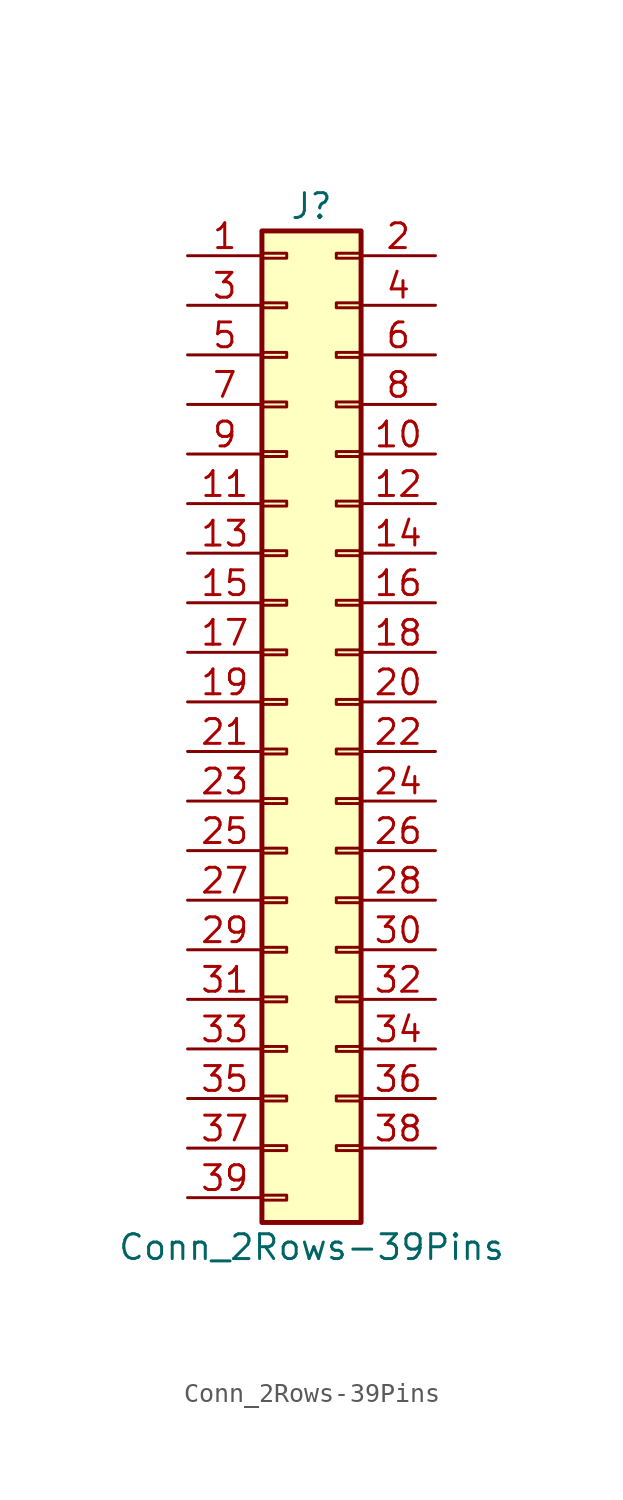
<source format=kicad_sym>
(kicad_symbol_lib
  (version 20220914)
  (generator kicad_symbol_editor)
  (symbol "Conn_2Rows-39Pins"
    (pin_names
      (offset 1.016) hide)
    (property "Reference" "J"
      (at 1.27 25.4 0)
      (effects (font (size 1.27 1.27))))
    (property "Value" "Conn_2Rows-39Pins"
      (at 1.27 -27.94 0)
      (effects (font (size 1.27 1.27))))
    (symbol "Conn_2Rows-39Pins_1_1"
      (rectangle (start -1.27 -25.273) (end 0 -25.527) (stroke (width 0.152) (type solid)) (fill (type none)))
      (rectangle (start -1.27 -22.733) (end 0 -22.987) (stroke (width 0.152) (type solid)) (fill (type none)))
      (rectangle (start -1.27 -20.193) (end 0 -20.447) (stroke (width 0.152) (type solid)) (fill (type none)))
      (rectangle (start -1.27 -17.653) (end 0 -17.907) (stroke (width 0.152) (type solid)) (fill (type none)))
      (rectangle (start -1.27 -15.113) (end 0 -15.367) (stroke (width 0.152) (type solid)) (fill (type none)))
      (rectangle (start -1.27 -12.573) (end 0 -12.827) (stroke (width 0.152) (type solid)) (fill (type none)))
      (rectangle (start -1.27 -10.033) (end 0 -10.287) (stroke (width 0.152) (type solid)) (fill (type none)))
      (rectangle (start -1.27 -7.493) (end 0 -7.747) (stroke (width 0.152) (type solid)) (fill (type none)))
      (rectangle (start -1.27 -4.953) (end 0 -5.207) (stroke (width 0.152) (type solid)) (fill (type none)))
      (rectangle (start -1.27 -2.413) (end 0 -2.667) (stroke (width 0.152) (type solid)) (fill (type none)))
      (rectangle (start -1.27 0.127) (end 0 -0.127) (stroke (width 0.152) (type solid)) (fill (type none)))
      (rectangle (start -1.27 2.667) (end 0 2.413) (stroke (width 0.152) (type solid)) (fill (type none)))
      (rectangle (start -1.27 5.207) (end 0 4.953) (stroke (width 0.152) (type solid)) (fill (type none)))
      (rectangle (start -1.27 7.747) (end 0 7.493) (stroke (width 0.152) (type solid)) (fill (type none)))
      (rectangle (start -1.27 10.287) (end 0 10.033) (stroke (width 0.152) (type solid)) (fill (type none)))
      (rectangle (start -1.27 12.827) (end 0 12.573) (stroke (width 0.152) (type solid)) (fill (type none)))
      (rectangle (start -1.27 15.367) (end 0 15.113) (stroke (width 0.152) (type solid)) (fill (type none)))
      (rectangle (start -1.27 17.907) (end 0 17.653) (stroke (width 0.152) (type solid)) (fill (type none)))
      (rectangle (start -1.27 20.447) (end 0 20.193) (stroke (width 0.152) (type solid)) (fill (type none)))
      (rectangle (start -1.27 22.987) (end 0 22.733) (stroke (width 0.152) (type solid)) (fill (type none)))
      (rectangle (start -1.27 24.13) (end 3.81 -26.67) (stroke (width 0.254) (type solid)) (fill (type background)))
      (rectangle (start 3.81 -22.733) (end 2.54 -22.987) (stroke (width 0.152) (type solid)) (fill (type none)))
      (rectangle (start 3.81 -20.193) (end 2.54 -20.447) (stroke (width 0.152) (type solid)) (fill (type none)))
      (rectangle (start 3.81 -17.653) (end 2.54 -17.907) (stroke (width 0.152) (type solid)) (fill (type none)))
      (rectangle (start 3.81 -15.113) (end 2.54 -15.367) (stroke (width 0.152) (type solid)) (fill (type none)))
      (rectangle (start 3.81 -12.573) (end 2.54 -12.827) (stroke (width 0.152) (type solid)) (fill (type none)))
      (rectangle (start 3.81 -10.033) (end 2.54 -10.287) (stroke (width 0.152) (type solid)) (fill (type none)))
      (rectangle (start 3.81 -7.493) (end 2.54 -7.747) (stroke (width 0.152) (type solid)) (fill (type none)))
      (rectangle (start 3.81 -4.953) (end 2.54 -5.207) (stroke (width 0.152) (type solid)) (fill (type none)))
      (rectangle (start 3.81 -2.413) (end 2.54 -2.667) (stroke (width 0.152) (type solid)) (fill (type none)))
      (rectangle (start 3.81 0.127) (end 2.54 -0.127) (stroke (width 0.152) (type solid)) (fill (type none)))
      (rectangle (start 3.81 2.667) (end 2.54 2.413) (stroke (width 0.152) (type solid)) (fill (type none)))
      (rectangle (start 3.81 5.207) (end 2.54 4.953) (stroke (width 0.152) (type solid)) (fill (type none)))
      (rectangle (start 3.81 7.747) (end 2.54 7.493) (stroke (width 0.152) (type solid)) (fill (type none)))
      (rectangle (start 3.81 10.287) (end 2.54 10.033) (stroke (width 0.152) (type solid)) (fill (type none)))
      (rectangle (start 3.81 12.827) (end 2.54 12.573) (stroke (width 0.152) (type solid)) (fill (type none)))
      (rectangle (start 3.81 15.367) (end 2.54 15.113) (stroke (width 0.152) (type solid)) (fill (type none)))
      (rectangle (start 3.81 17.907) (end 2.54 17.653) (stroke (width 0.152) (type solid)) (fill (type none)))
      (rectangle (start 3.81 20.447) (end 2.54 20.193) (stroke (width 0.152) (type solid)) (fill (type none)))
      (rectangle (start 3.81 22.987) (end 2.54 22.733) (stroke (width 0.152) (type solid)) (fill (type none)))
      (pin passive line (at -5.08 22.86 0) (length 3.81) (name "Pin_1" (effects (font (size 1.27 1.27)))) (number "1" (effects (font (size 1.27 1.27)))))
      (pin passive line (at 7.62 12.7 180) (length 3.81) (name "Pin_10" (effects (font (size 1.27 1.27)))) (number "10" (effects (font (size 1.27 1.27)))))
      (pin passive line (at -5.08 10.16 0) (length 3.81) (name "Pin_11" (effects (font (size 1.27 1.27)))) (number "11" (effects (font (size 1.27 1.27)))))
      (pin passive line (at 7.62 10.16 180) (length 3.81) (name "Pin_12" (effects (font (size 1.27 1.27)))) (number "12" (effects (font (size 1.27 1.27)))))
      (pin passive line (at -5.08 7.62 0) (length 3.81) (name "Pin_13" (effects (font (size 1.27 1.27)))) (number "13" (effects (font (size 1.27 1.27)))))
      (pin passive line (at 7.62 7.62 180) (length 3.81) (name "Pin_14" (effects (font (size 1.27 1.27)))) (number "14" (effects (font (size 1.27 1.27)))))
      (pin passive line (at -5.08 5.08 0) (length 3.81) (name "Pin_15" (effects (font (size 1.27 1.27)))) (number "15" (effects (font (size 1.27 1.27)))))
      (pin passive line (at 7.62 5.08 180) (length 3.81) (name "Pin_16" (effects (font (size 1.27 1.27)))) (number "16" (effects (font (size 1.27 1.27)))))
      (pin passive line (at -5.08 2.54 0) (length 3.81) (name "Pin_17" (effects (font (size 1.27 1.27)))) (number "17" (effects (font (size 1.27 1.27)))))
      (pin passive line (at 7.62 2.54 180) (length 3.81) (name "Pin_18" (effects (font (size 1.27 1.27)))) (number "18" (effects (font (size 1.27 1.27)))))
      (pin passive line (at -5.08 0 0) (length 3.81) (name "Pin_19" (effects (font (size 1.27 1.27)))) (number "19" (effects (font (size 1.27 1.27)))))
      (pin passive line (at 7.62 22.86 180) (length 3.81) (name "Pin_2" (effects (font (size 1.27 1.27)))) (number "2" (effects (font (size 1.27 1.27)))))
      (pin passive line (at 7.62 0 180) (length 3.81) (name "Pin_20" (effects (font (size 1.27 1.27)))) (number "20" (effects (font (size 1.27 1.27)))))
      (pin passive line (at -5.08 -2.54 0) (length 3.81) (name "Pin_21" (effects (font (size 1.27 1.27)))) (number "21" (effects (font (size 1.27 1.27)))))
      (pin passive line (at 7.62 -2.54 180) (length 3.81) (name "Pin_22" (effects (font (size 1.27 1.27)))) (number "22" (effects (font (size 1.27 1.27)))))
      (pin passive line (at -5.08 -5.08 0) (length 3.81) (name "Pin_23" (effects (font (size 1.27 1.27)))) (number "23" (effects (font (size 1.27 1.27)))))
      (pin passive line (at 7.62 -5.08 180) (length 3.81) (name "Pin_24" (effects (font (size 1.27 1.27)))) (number "24" (effects (font (size 1.27 1.27)))))
      (pin passive line (at -5.08 -7.62 0) (length 3.81) (name "Pin_25" (effects (font (size 1.27 1.27)))) (number "25" (effects (font (size 1.27 1.27)))))
      (pin passive line (at 7.62 -7.62 180) (length 3.81) (name "Pin_26" (effects (font (size 1.27 1.27)))) (number "26" (effects (font (size 1.27 1.27)))))
      (pin passive line (at -5.08 -10.16 0) (length 3.81) (name "Pin_27" (effects (font (size 1.27 1.27)))) (number "27" (effects (font (size 1.27 1.27)))))
      (pin passive line (at 7.62 -10.16 180) (length 3.81) (name "Pin_28" (effects (font (size 1.27 1.27)))) (number "28" (effects (font (size 1.27 1.27)))))
      (pin passive line (at -5.08 -12.7 0) (length 3.81) (name "Pin_29" (effects (font (size 1.27 1.27)))) (number "29" (effects (font (size 1.27 1.27)))))
      (pin passive line (at -5.08 20.32 0) (length 3.81) (name "Pin_3" (effects (font (size 1.27 1.27)))) (number "3" (effects (font (size 1.27 1.27)))))
      (pin passive line (at 7.62 -12.7 180) (length 3.81) (name "Pin_30" (effects (font (size 1.27 1.27)))) (number "30" (effects (font (size 1.27 1.27)))))
      (pin passive line (at -5.08 -15.24 0) (length 3.81) (name "Pin_31" (effects (font (size 1.27 1.27)))) (number "31" (effects (font (size 1.27 1.27)))))
      (pin passive line (at 7.62 -15.24 180) (length 3.81) (name "Pin_32" (effects (font (size 1.27 1.27)))) (number "32" (effects (font (size 1.27 1.27)))))
      (pin passive line (at -5.08 -17.78 0) (length 3.81) (name "Pin_33" (effects (font (size 1.27 1.27)))) (number "33" (effects (font (size 1.27 1.27)))))
      (pin passive line (at 7.62 -17.78 180) (length 3.81) (name "Pin_34" (effects (font (size 1.27 1.27)))) (number "34" (effects (font (size 1.27 1.27)))))
      (pin passive line (at -5.08 -20.32 0) (length 3.81) (name "Pin_35" (effects (font (size 1.27 1.27)))) (number "35" (effects (font (size 1.27 1.27)))))
      (pin passive line (at 7.62 -20.32 180) (length 3.81) (name "Pin_36" (effects (font (size 1.27 1.27)))) (number "36" (effects (font (size 1.27 1.27)))))
      (pin passive line (at -5.08 -22.86 0) (length 3.81) (name "Pin_37" (effects (font (size 1.27 1.27)))) (number "37" (effects (font (size 1.27 1.27)))))
      (pin passive line (at 7.62 -22.86 180) (length 3.81) (name "Pin_38" (effects (font (size 1.27 1.27)))) (number "38" (effects (font (size 1.27 1.27)))))
      (pin passive line (at -5.08 -25.4 0) (length 3.81) (name "Pin_39" (effects (font (size 1.27 1.27)))) (number "39" (effects (font (size 1.27 1.27)))))
      (pin passive line (at 7.62 20.32 180) (length 3.81) (name "Pin_4" (effects (font (size 1.27 1.27)))) (number "4" (effects (font (size 1.27 1.27)))))
      (pin passive line (at -5.08 17.78 0) (length 3.81) (name "Pin_5" (effects (font (size 1.27 1.27)))) (number "5" (effects (font (size 1.27 1.27)))))
      (pin passive line (at 7.62 17.78 180) (length 3.81) (name "Pin_6" (effects (font (size 1.27 1.27)))) (number "6" (effects (font (size 1.27 1.27)))))
      (pin passive line (at -5.08 15.24 0) (length 3.81) (name "Pin_7" (effects (font (size 1.27 1.27)))) (number "7" (effects (font (size 1.27 1.27)))))
      (pin passive line (at 7.62 15.24 180) (length 3.81) (name "Pin_8" (effects (font (size 1.27 1.27)))) (number "8" (effects (font (size 1.27 1.27)))))
      (pin passive line (at -5.08 12.7 0) (length 3.81) (name "Pin_9" (effects (font (size 1.27 1.27)))) (number "9" (effects (font (size 1.27 1.27))))))))
</source>
